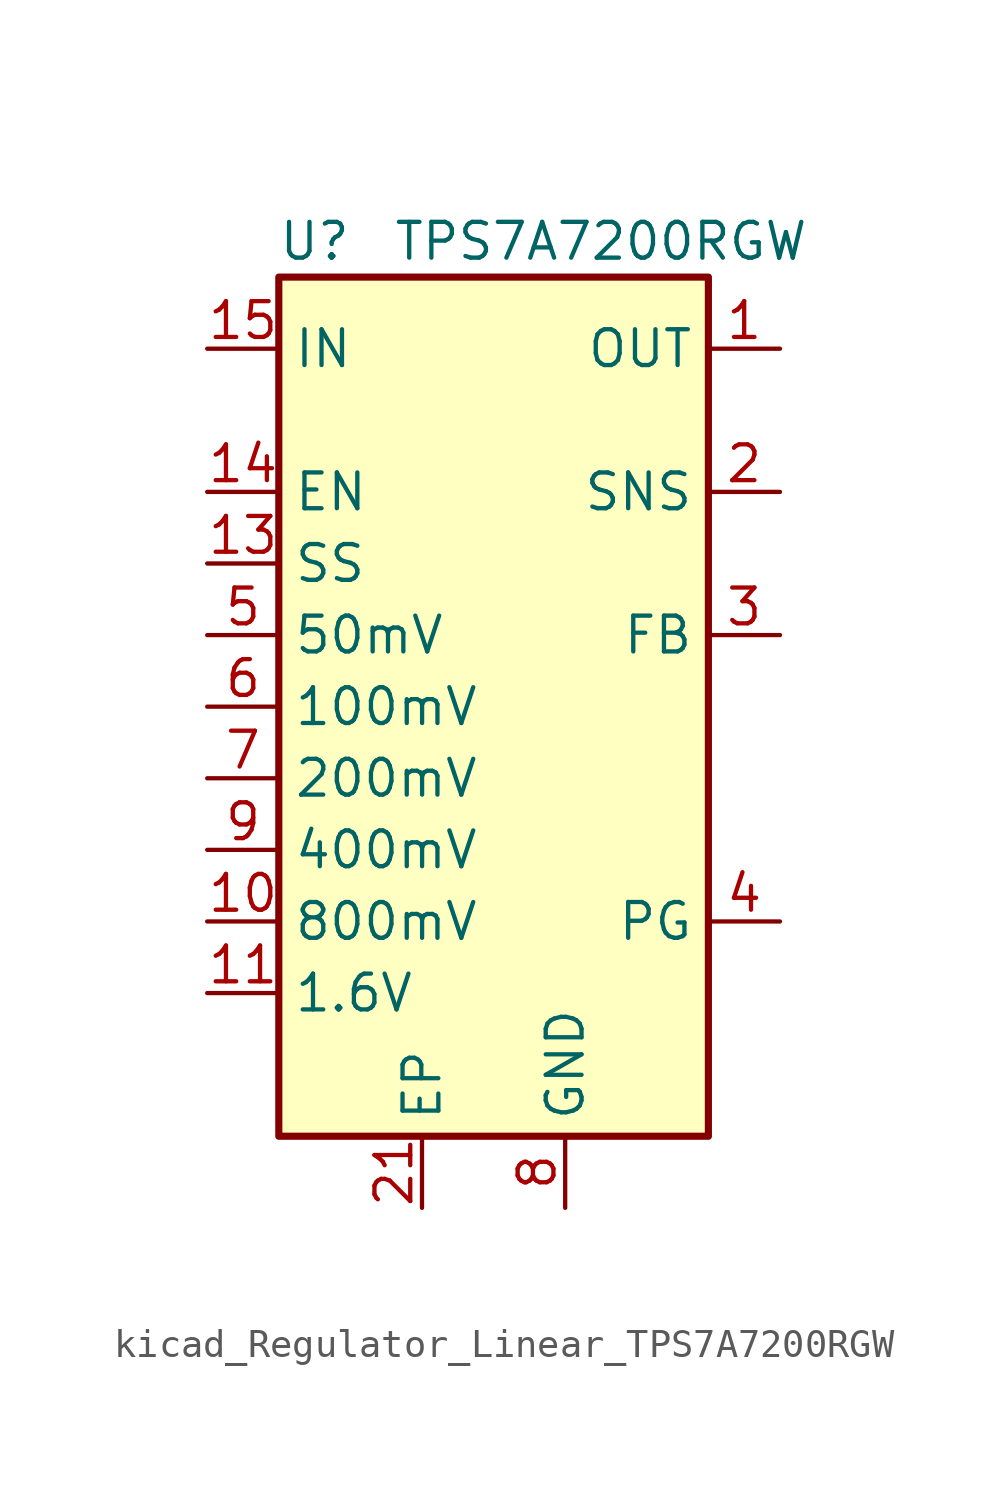
<source format=kicad_sym>
(kicad_symbol_lib
  (version 20220914)
  (generator kicad_symbol_editor)
  (symbol "kicad_Regulator_Linear_TPS7A7200RGW"
    (property "Reference" "U"
      (at -6.35 16.51 0)
      (effects (font (size 1.27 1.27))))
    (property "Value" "TPS7A7200RGW"
      (at 3.81 16.51 0)
      (effects (font (size 1.27 1.27))))
    (symbol "kicad_Regulator_Linear_TPS7A7200RGW_0_1"
      (rectangle (start -7.62 15.24) (end 7.62 -15.24) (stroke (width 0.254) (type default)) (fill (type background))))
    (symbol "kicad_Regulator_Linear_TPS7A7200RGW_1_1"
      (pin power_out line (at 10.16 12.7 180) (length 2.54) (name "OUT" (effects (font (size 1.27 1.27)))) (number "1" (effects (font (size 1.27 1.27)))))
      (pin input line (at -10.16 -7.62 0) (length 2.54) (name "800mV" (effects (font (size 1.27 1.27)))) (number "10" (effects (font (size 1.27 1.27)))))
      (pin input line (at -10.16 -10.16 0) (length 2.54) (name "1.6V" (effects (font (size 1.27 1.27)))) (number "11" (effects (font (size 1.27 1.27)))))
      (pin no_connect line (at -7.62 10.16 0) (length 2.54) hide (name "NC" (effects (font (size 1.27 1.27)))) (number "12" (effects (font (size 1.27 1.27)))))
      (pin input line (at -10.16 5.08 0) (length 2.54) (name "SS" (effects (font (size 1.27 1.27)))) (number "13" (effects (font (size 1.27 1.27)))))
      (pin input line (at -10.16 7.62 0) (length 2.54) (name "EN" (effects (font (size 1.27 1.27)))) (number "14" (effects (font (size 1.27 1.27)))))
      (pin power_in line (at -10.16 12.7 0) (length 2.54) (name "IN" (effects (font (size 1.27 1.27)))) (number "15" (effects (font (size 1.27 1.27)))))
      (pin passive line (at -10.16 12.7 0) (length 2.54) hide (name "IN" (effects (font (size 1.27 1.27)))) (number "16" (effects (font (size 1.27 1.27)))))
      (pin passive line (at -10.16 12.7 0) (length 2.54) hide (name "IN" (effects (font (size 1.27 1.27)))) (number "17" (effects (font (size 1.27 1.27)))))
      (pin passive line (at 2.54 -17.78 90) (length 2.54) hide (name "GND" (effects (font (size 1.27 1.27)))) (number "18" (effects (font (size 1.27 1.27)))))
      (pin passive line (at 10.16 12.7 180) (length 2.54) hide (name "OUT" (effects (font (size 1.27 1.27)))) (number "19" (effects (font (size 1.27 1.27)))))
      (pin input line (at 10.16 7.62 180) (length 2.54) (name "SNS" (effects (font (size 1.27 1.27)))) (number "2" (effects (font (size 1.27 1.27)))))
      (pin passive line (at 10.16 12.7 180) (length 2.54) hide (name "OUT" (effects (font (size 1.27 1.27)))) (number "20" (effects (font (size 1.27 1.27)))))
      (pin passive line (at -2.54 -17.78 90) (length 2.54) (name "EP" (effects (font (size 1.27 1.27)))) (number "21" (effects (font (size 1.27 1.27)))))
      (pin input line (at 10.16 2.54 180) (length 2.54) (name "FB" (effects (font (size 1.27 1.27)))) (number "3" (effects (font (size 1.27 1.27)))))
      (pin open_collector line (at 10.16 -7.62 180) (length 2.54) (name "PG" (effects (font (size 1.27 1.27)))) (number "4" (effects (font (size 1.27 1.27)))))
      (pin input line (at -10.16 2.54 0) (length 2.54) (name "50mV" (effects (font (size 1.27 1.27)))) (number "5" (effects (font (size 1.27 1.27)))))
      (pin input line (at -10.16 0 0) (length 2.54) (name "100mV" (effects (font (size 1.27 1.27)))) (number "6" (effects (font (size 1.27 1.27)))))
      (pin input line (at -10.16 -2.54 0) (length 2.54) (name "200mV" (effects (font (size 1.27 1.27)))) (number "7" (effects (font (size 1.27 1.27)))))
      (pin power_in line (at 2.54 -17.78 90) (length 2.54) (name "GND" (effects (font (size 1.27 1.27)))) (number "8" (effects (font (size 1.27 1.27)))))
      (pin input line (at -10.16 -5.08 0) (length 2.54) (name "400mV" (effects (font (size 1.27 1.27)))) (number "9" (effects (font (size 1.27 1.27))))))))
</source>
